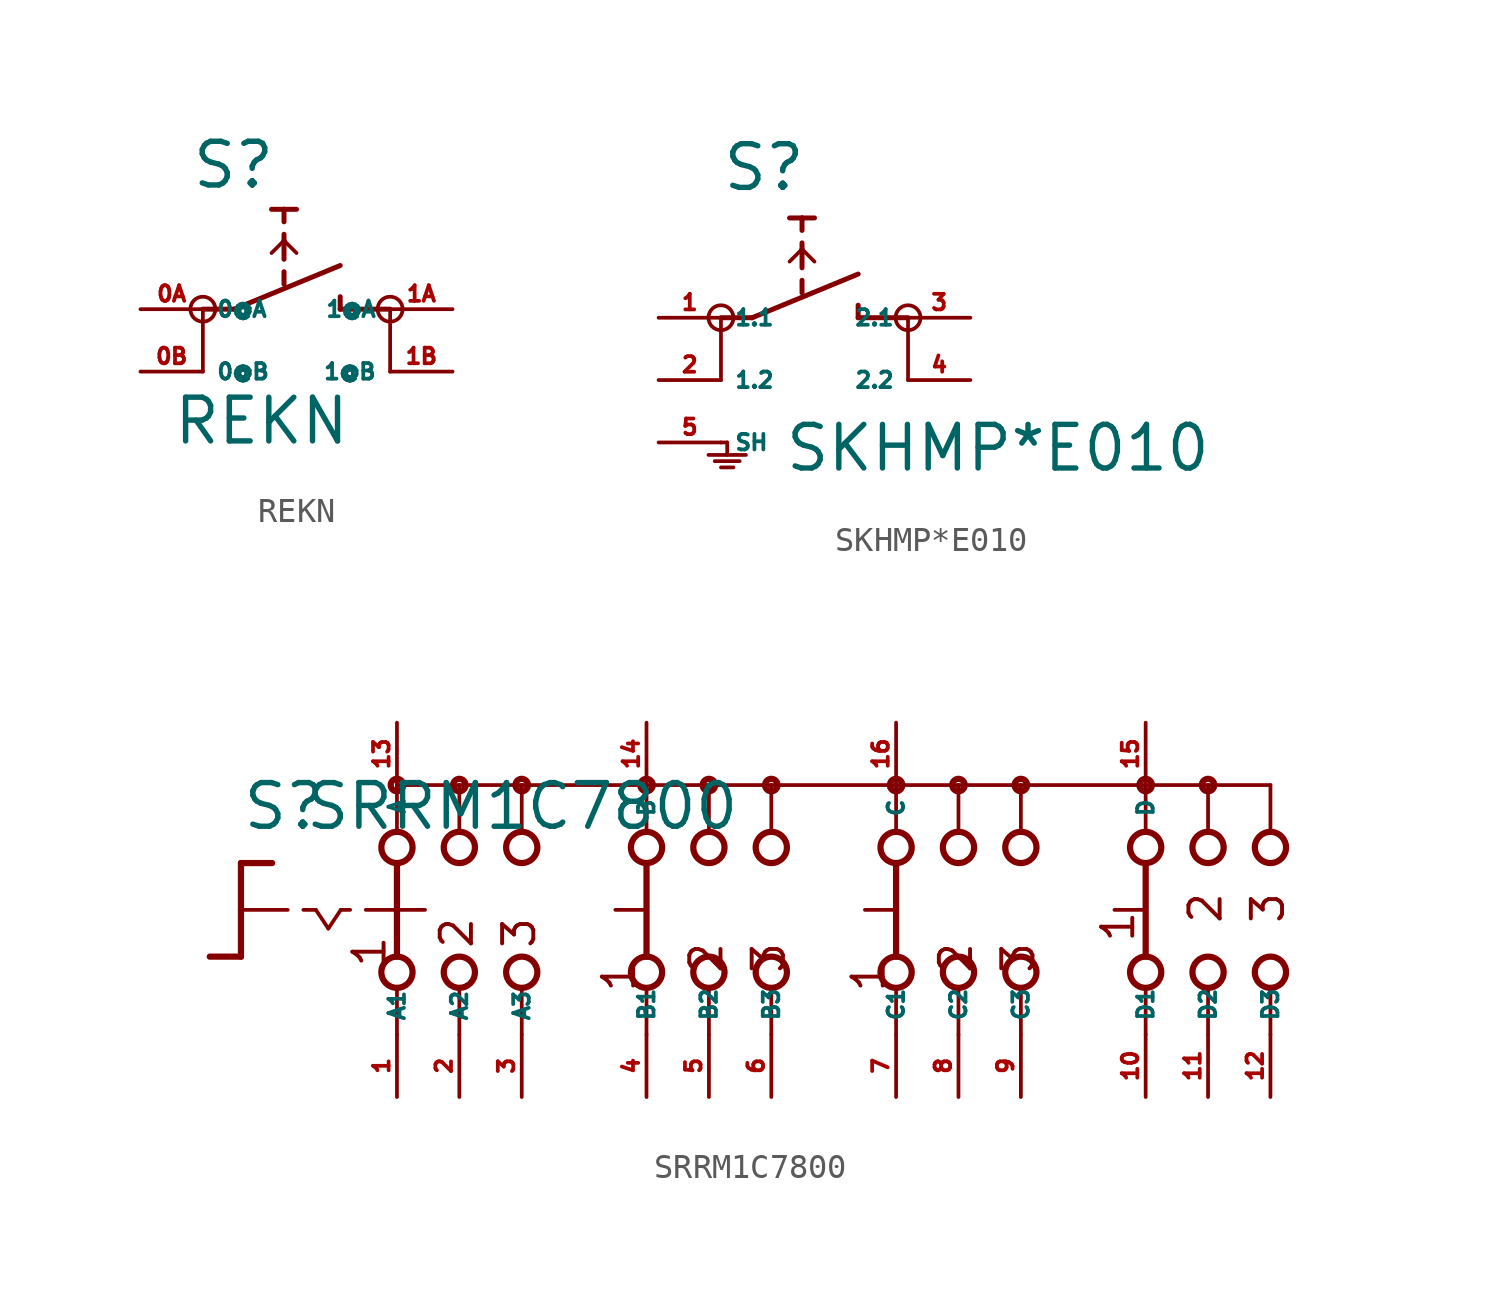
<source format=kicad_sym>
(kicad_symbol_lib
  (version 20220914)
  (generator Eagle2Kicad)
  (symbol "REKN"
    (property "Reference" "S"
      (at -3.048 4.826 0)
      (effects (font (size 1.778 1.778) (thickness 0.22)) (justify left bottom)))
    (property "Value" "REKN"
      (at -3.81 -5.588 0)
      (effects (font (size 1.778 1.778) (thickness 0.22)) (justify left bottom)))
    (polyline
      (pts (xy -2.54 0) (xy -2.54 -2.54))
      (stroke (width 0.152) (type default))
      (fill (type none)))
    (polyline
      (pts (xy 5.08 0) (xy 5.08 -2.54))
      (stroke (width 0.152) (type default))
      (fill (type none)))
    (polyline
      (pts (xy -1.27 0) (xy 3.048 1.778))
      (stroke (width 0.203) (type default))
      (fill (type none)))
    (polyline
      (pts (xy 3.048 0.508) (xy 3.048 0))
      (stroke (width 0.203) (type default))
      (fill (type none)))
    (polyline
      (pts (xy 0.762 1.016) (xy 0.762 1.524))
      (stroke (width 0.203) (type default))
      (fill (type none)))
    (polyline
      (pts (xy 0.762 2.032) (xy 0.762 2.794))
      (stroke (width 0.203) (type default))
      (fill (type none)))
    (polyline
      (pts (xy 0.762 2.794) (xy 0.762 3.048))
      (stroke (width 0.203) (type default))
      (fill (type none)))
    (polyline
      (pts (xy 0.762 3.556) (xy 0.762 4.064))
      (stroke (width 0.203) (type default))
      (fill (type none)))
    (polyline
      (pts (xy 1.27 4.064) (xy 0.762 4.064))
      (stroke (width 0.203) (type default))
      (fill (type none)))
    (polyline
      (pts (xy 0.762 4.064) (xy 0.254 4.064))
      (stroke (width 0.203) (type default))
      (fill (type none)))
    (polyline
      (pts (xy 0.254 2.286) (xy 0.762 2.794))
      (stroke (width 0.152) (type default))
      (fill (type none)))
    (polyline
      (pts (xy 0.762 2.794) (xy 1.27 2.286))
      (stroke (width 0.152) (type default))
      (fill (type none)))
    (polyline
      (pts (xy -2.54 0) (xy -1.27 0))
      (stroke (width 0.203) (type default))
      (fill (type none)))
    (polyline
      (pts (xy 3.048 0) (xy 5.08 0))
      (stroke (width 0.203) (type default))
      (fill (type none)))
    (circle
      (center -2.54 0)
      (radius 0.508)
      (stroke (width 0) (type default))
      (fill (type none)))
    (circle
      (center 5.08 0)
      (radius 0.508)
      (stroke (width 0) (type default))
      (fill (type none)))
    (pin passive line
      (at -5.08 0 0)
      (length 2.54)
      (name "0@A" (effects (font (size 0.635 0.635) (thickness 0.08)) (justify left bottom)))
      (number "0A" (effects (font (size 0.635 0.635) (thickness 0.08)) (justify left bottom))))
    (pin passive line
      (at -5.08 -2.54 0)
      (length 2.54)
      (name "0@B" (effects (font (size 0.635 0.635) (thickness 0.08)) (justify left bottom)))
      (number "0B" (effects (font (size 0.635 0.635) (thickness 0.08)) (justify left bottom))))
    (pin passive line
      (at 7.62 -2.54 180)
      (length 2.54)
      (name "1@B" (effects (font (size 0.635 0.635) (thickness 0.08)) (justify left bottom)))
      (number "1B" (effects (font (size 0.635 0.635) (thickness 0.08)) (justify left bottom))))
    (pin passive line
      (at 7.62 0 180)
      (length 2.54)
      (name "1@A" (effects (font (size 0.635 0.635) (thickness 0.08)) (justify left bottom)))
      (number "1A" (effects (font (size 0.635 0.635) (thickness 0.08)) (justify left bottom)))))
  (symbol "SKHMP*E010"
    (property "Reference" "S"
      (at -2.54 5.08 0)
      (effects (font (size 1.778 1.778) (thickness 0.22)) (justify left bottom)))
    (property "Value" "SKHMP*E010"
      (at 0 -6.35 0)
      (effects (font (size 1.778 1.778) (thickness 0.22)) (justify left bottom)))
    (polyline
      (pts (xy -2.54 0) (xy -2.54 -2.54))
      (stroke (width 0.152) (type default))
      (fill (type none)))
    (polyline
      (pts (xy 5.08 0) (xy 5.08 -2.54))
      (stroke (width 0.152) (type default))
      (fill (type none)))
    (polyline
      (pts (xy -1.27 0) (xy 3.048 1.778))
      (stroke (width 0.203) (type default))
      (fill (type none)))
    (polyline
      (pts (xy 3.048 0.508) (xy 3.048 0))
      (stroke (width 0.203) (type default))
      (fill (type none)))
    (polyline
      (pts (xy 0.762 1.016) (xy 0.762 1.524))
      (stroke (width 0.203) (type default))
      (fill (type none)))
    (polyline
      (pts (xy 0.762 2.032) (xy 0.762 2.794))
      (stroke (width 0.203) (type default))
      (fill (type none)))
    (polyline
      (pts (xy 0.762 2.794) (xy 0.762 3.048))
      (stroke (width 0.203) (type default))
      (fill (type none)))
    (polyline
      (pts (xy 0.762 3.556) (xy 0.762 4.064))
      (stroke (width 0.203) (type default))
      (fill (type none)))
    (polyline
      (pts (xy 1.27 4.064) (xy 0.762 4.064))
      (stroke (width 0.203) (type default))
      (fill (type none)))
    (polyline
      (pts (xy 0.762 4.064) (xy 0.254 4.064))
      (stroke (width 0.203) (type default))
      (fill (type none)))
    (polyline
      (pts (xy 0.254 2.286) (xy 0.762 2.794))
      (stroke (width 0.152) (type default))
      (fill (type none)))
    (polyline
      (pts (xy 0.762 2.794) (xy 1.27 2.286))
      (stroke (width 0.152) (type default))
      (fill (type none)))
    (polyline
      (pts (xy -2.54 0) (xy -1.27 0))
      (stroke (width 0.203) (type default))
      (fill (type none)))
    (polyline
      (pts (xy 3.048 0) (xy 5.08 0))
      (stroke (width 0.203) (type default))
      (fill (type none)))
    (polyline
      (pts (xy -2.54 -5.08) (xy -2.286 -5.08))
      (stroke (width 0.152) (type default))
      (fill (type none)))
    (polyline
      (pts (xy -2.286 -5.08) (xy -2.286 -5.588))
      (stroke (width 0.152) (type default))
      (fill (type none)))
    (polyline
      (pts (xy -3.048 -5.588) (xy -1.524 -5.588))
      (stroke (width 0.152) (type default))
      (fill (type none)))
    (polyline
      (pts (xy -2.794 -5.842) (xy -1.778 -5.842))
      (stroke (width 0.152) (type default))
      (fill (type none)))
    (polyline
      (pts (xy -2.54 -6.096) (xy -2.032 -6.096))
      (stroke (width 0.152) (type default))
      (fill (type none)))
    (circle
      (center -2.54 0)
      (radius 0.508)
      (stroke (width 0) (type default))
      (fill (type none)))
    (circle
      (center 5.08 0)
      (radius 0.508)
      (stroke (width 0) (type default))
      (fill (type none)))
    (pin passive line
      (at -5.08 0 0)
      (length 2.54)
      (name "1.1" (effects (font (size 0.635 0.635) (thickness 0.08)) (justify left bottom)))
      (number "1" (effects (font (size 0.635 0.635) (thickness 0.08)) (justify left bottom))))
    (pin passive line
      (at -5.08 -2.54 0)
      (length 2.54)
      (name "1.2" (effects (font (size 0.635 0.635) (thickness 0.08)) (justify left bottom)))
      (number "2" (effects (font (size 0.635 0.635) (thickness 0.08)) (justify left bottom))))
    (pin passive line
      (at 7.62 -2.54 180)
      (length 2.54)
      (name "2.2" (effects (font (size 0.635 0.635) (thickness 0.08)) (justify left bottom)))
      (number "4" (effects (font (size 0.635 0.635) (thickness 0.08)) (justify left bottom))))
    (pin passive line
      (at 7.62 0 180)
      (length 2.54)
      (name "2.1" (effects (font (size 0.635 0.635) (thickness 0.08)) (justify left bottom)))
      (number "3" (effects (font (size 0.635 0.635) (thickness 0.08)) (justify left bottom))))
    (pin passive line
      (at -5.08 -5.08 0)
      (length 2.54)
      (name "SH" (effects (font (size 0.635 0.635) (thickness 0.08)) (justify left bottom)))
      (number "5" (effects (font (size 0.635 0.635) (thickness 0.08)) (justify left bottom)))))
  (symbol "SRRM1C7800"
    (property "Reference" "S"
      (at -19.05 3.175 0)
      (effects (font (size 1.778 1.778) (thickness 0.22)) (justify left bottom)))
    (property "Value" "SRRM1C7800"
      (at -16.51 3.175 0)
      (effects (font (size 1.778 1.778) (thickness 0.22)) (justify left bottom)))
    (polyline
      (pts (xy -19.05 1.905) (xy -17.78 1.905))
      (stroke (width 0.254) (type default))
      (fill (type none)))
    (polyline
      (pts (xy -19.05 1.905) (xy -19.05 0))
      (stroke (width 0.254) (type default))
      (fill (type none)))
    (polyline
      (pts (xy -19.05 -1.905) (xy -20.32 -1.905))
      (stroke (width 0.254) (type default))
      (fill (type none)))
    (polyline
      (pts (xy -19.05 0) (xy -17.145 0))
      (stroke (width 0.152) (type default))
      (fill (type none)))
    (polyline
      (pts (xy -19.05 0) (xy -19.05 -1.905))
      (stroke (width 0.254) (type default))
      (fill (type none)))
    (polyline
      (pts (xy -16.51 0) (xy -16.002 0))
      (stroke (width 0.152) (type default))
      (fill (type none)))
    (polyline
      (pts (xy -14.986 0) (xy -14.605 0))
      (stroke (width 0.152) (type default))
      (fill (type none)))
    (polyline
      (pts (xy -16.002 0) (xy -15.494 -0.762))
      (stroke (width 0.152) (type default))
      (fill (type none)))
    (polyline
      (pts (xy -15.494 -0.762) (xy -14.986 0))
      (stroke (width 0.152) (type default))
      (fill (type none)))
    (polyline
      (pts (xy 7.62 3.175) (xy 7.62 5.08))
      (stroke (width 0.152) (type default))
      (fill (type none)))
    (polyline
      (pts (xy 7.62 -5.08) (xy 7.62 -3.175))
      (stroke (width 0.152) (type default))
      (fill (type none)))
    (polyline
      (pts (xy 10.16 3.175) (xy 10.16 5.08))
      (stroke (width 0.152) (type default))
      (fill (type none)))
    (polyline
      (pts (xy 12.7 3.175) (xy 12.7 5.08))
      (stroke (width 0.152) (type default))
      (fill (type none)))
    (polyline
      (pts (xy 17.78 3.175) (xy 17.78 5.08))
      (stroke (width 0.152) (type default))
      (fill (type none)))
    (polyline
      (pts (xy 20.32 3.175) (xy 20.32 5.08))
      (stroke (width 0.152) (type default))
      (fill (type none)))
    (polyline
      (pts (xy 22.86 3.175) (xy 22.86 5.08))
      (stroke (width 0.152) (type default))
      (fill (type none)))
    (polyline
      (pts (xy 7.62 5.08) (xy 10.16 5.08))
      (stroke (width 0.152) (type default))
      (fill (type none)))
    (polyline
      (pts (xy 10.16 5.08) (xy 12.7 5.08))
      (stroke (width 0.152) (type default))
      (fill (type none)))
    (polyline
      (pts (xy 17.78 5.08) (xy 20.32 5.08))
      (stroke (width 0.152) (type default))
      (fill (type none)))
    (polyline
      (pts (xy 20.32 5.08) (xy 22.86 5.08))
      (stroke (width 0.152) (type default))
      (fill (type none)))
    (polyline
      (pts (xy 10.16 -5.08) (xy 10.16 -3.175))
      (stroke (width 0.152) (type default))
      (fill (type none)))
    (polyline
      (pts (xy 12.7 -5.08) (xy 12.7 -3.175))
      (stroke (width 0.152) (type default))
      (fill (type none)))
    (polyline
      (pts (xy 17.78 -5.08) (xy 17.78 -3.175))
      (stroke (width 0.152) (type default))
      (fill (type none)))
    (polyline
      (pts (xy 20.32 -5.08) (xy 20.32 -3.175))
      (stroke (width 0.152) (type default))
      (fill (type none)))
    (polyline
      (pts (xy 22.86 -5.08) (xy 22.86 -3.175))
      (stroke (width 0.152) (type default))
      (fill (type none)))
    (polyline
      (pts (xy 7.62 1.905) (xy 7.62 -1.905))
      (stroke (width 0.254) (type default))
      (fill (type none)))
    (polyline
      (pts (xy 6.35 0) (xy 7.493 0))
      (stroke (width 0.152) (type default))
      (fill (type none)))
    (polyline
      (pts (xy 17.78 1.905) (xy 17.78 -1.905))
      (stroke (width 0.254) (type default))
      (fill (type none)))
    (polyline
      (pts (xy 16.51 0) (xy 17.653 0))
      (stroke (width 0.152) (type default))
      (fill (type none)))
    (polyline
      (pts (xy -13.97 0) (xy -12.827 0))
      (stroke (width 0.152) (type default))
      (fill (type none)))
    (polyline
      (pts (xy -10.16 3.175) (xy -10.16 5.08))
      (stroke (width 0.152) (type default))
      (fill (type none)))
    (polyline
      (pts (xy -7.62 3.175) (xy -7.62 5.08))
      (stroke (width 0.152) (type default))
      (fill (type none)))
    (polyline
      (pts (xy -10.16 -5.08) (xy -10.16 -3.175))
      (stroke (width 0.152) (type default))
      (fill (type none)))
    (polyline
      (pts (xy -7.62 -5.08) (xy -7.62 -3.175))
      (stroke (width 0.152) (type default))
      (fill (type none)))
    (polyline
      (pts (xy -7.62 5.08) (xy -10.16 5.08))
      (stroke (width 0.152) (type default))
      (fill (type none)))
    (polyline
      (pts (xy -2.54 -5.08) (xy -2.54 -3.175))
      (stroke (width 0.152) (type default))
      (fill (type none)))
    (polyline
      (pts (xy 0 -5.08) (xy 0 -3.175))
      (stroke (width 0.152) (type default))
      (fill (type none)))
    (polyline
      (pts (xy -2.54 3.175) (xy -2.54 5.08))
      (stroke (width 0.152) (type default))
      (fill (type none)))
    (polyline
      (pts (xy 0 3.175) (xy 0 5.08))
      (stroke (width 0.152) (type default))
      (fill (type none)))
    (polyline
      (pts (xy -2.54 5.08) (xy 0 5.08))
      (stroke (width 0.152) (type default))
      (fill (type none)))
    (polyline
      (pts (xy -12.7 5.08) (xy -12.7 3.175))
      (stroke (width 0.152) (type default))
      (fill (type none)))
    (polyline
      (pts (xy -12.7 1.905) (xy -12.7 0))
      (stroke (width 0.254) (type default))
      (fill (type none)))
    (polyline
      (pts (xy -12.7 -3.175) (xy -12.7 -5.08))
      (stroke (width 0.152) (type default))
      (fill (type none)))
    (polyline
      (pts (xy -10.16 5.08) (xy -12.7 5.08))
      (stroke (width 0.152) (type default))
      (fill (type none)))
    (polyline
      (pts (xy 2.54 3.175) (xy 2.54 5.08))
      (stroke (width 0.152) (type default))
      (fill (type none)))
    (polyline
      (pts (xy 2.54 -5.08) (xy 2.54 -3.175))
      (stroke (width 0.152) (type default))
      (fill (type none)))
    (polyline
      (pts (xy -12.7 0) (xy -11.557 0))
      (stroke (width 0.152) (type default))
      (fill (type none)))
    (polyline
      (pts (xy -12.7 0) (xy -12.7 -1.905))
      (stroke (width 0.254) (type default))
      (fill (type none)))
    (polyline
      (pts (xy -3.81 0) (xy -2.667 0))
      (stroke (width 0.152) (type default))
      (fill (type none)))
    (polyline
      (pts (xy -2.54 1.905) (xy -2.54 -1.905))
      (stroke (width 0.254) (type default))
      (fill (type none)))
    (polyline
      (pts (xy 0 5.08) (xy 2.54 5.08))
      (stroke (width 0.152) (type default))
      (fill (type none)))
    (polyline
      (pts (xy -2.54 5.08) (xy -7.62 5.08))
      (stroke (width 0.152) (type default))
      (fill (type none)))
    (polyline
      (pts (xy 7.62 5.08) (xy 2.54 5.08))
      (stroke (width 0.152) (type default))
      (fill (type none)))
    (polyline
      (pts (xy 17.78 5.08) (xy 12.7 5.08))
      (stroke (width 0.152) (type default))
      (fill (type none)))
    (text "1"
      (at 17.399 -1.397 900)
      (effects (font (size 1.27 1.27) (thickness 0.16)) (justify left bottom)))
    (text "2"
      (at 20.955 -0.635 900)
      (effects (font (size 1.27 1.27) (thickness 0.16)) (justify left bottom)))
    (text "3"
      (at 23.495 -0.635 900)
      (effects (font (size 1.27 1.27) (thickness 0.16)) (justify left bottom)))
    (text "1 "
      (at -13.081 -2.413 900)
      (effects (font (size 1.27 1.27) (thickness 0.16)) (justify left bottom)))
    (text "2 "
      (at -9.525 -1.651 900)
      (effects (font (size 1.27 1.27) (thickness 0.16)) (justify left bottom)))
    (text "3 "
      (at -6.985 -1.651 900)
      (effects (font (size 1.27 1.27) (thickness 0.16)) (justify left bottom)))
    (text "1   "
      (at 7.239 -3.429 900)
      (effects (font (size 1.27 1.27) (thickness 0.16)) (justify left bottom)))
    (text "2   "
      (at 10.795 -2.667 900)
      (effects (font (size 1.27 1.27) (thickness 0.16)) (justify left bottom)))
    (text "3   "
      (at 13.335 -2.667 900)
      (effects (font (size 1.27 1.27) (thickness 0.16)) (justify left bottom)))
    (text "1   "
      (at -2.921 -3.429 900)
      (effects (font (size 1.27 1.27) (thickness 0.16)) (justify left bottom)))
    (text "2   "
      (at 0.635 -2.667 900)
      (effects (font (size 1.27 1.27) (thickness 0.16)) (justify left bottom)))
    (text "3   "
      (at 3.175 -2.667 900)
      (effects (font (size 1.27 1.27) (thickness 0.16)) (justify left bottom)))
    (circle
      (center 7.62 5.08)
      (radius 0.254)
      (stroke (width 0.254) (type default))
      (fill (type none)))
    (circle
      (center 7.62 2.54)
      (radius 0.635)
      (stroke (width 0.254) (type default))
      (fill (type none)))
    (circle
      (center 7.62 -2.54)
      (radius 0.635)
      (stroke (width 0.254) (type default))
      (fill (type none)))
    (circle
      (center 10.16 2.54)
      (radius 0.635)
      (stroke (width 0.254) (type default))
      (fill (type none)))
    (circle
      (center 12.7 2.54)
      (radius 0.635)
      (stroke (width 0.254) (type default))
      (fill (type none)))
    (circle
      (center 17.78 2.54)
      (radius 0.635)
      (stroke (width 0.254) (type default))
      (fill (type none)))
    (circle
      (center 20.32 2.54)
      (radius 0.635)
      (stroke (width 0.254) (type default))
      (fill (type none)))
    (circle
      (center 22.86 2.54)
      (radius 0.635)
      (stroke (width 0.254) (type default))
      (fill (type none)))
    (circle
      (center 10.16 5.08)
      (radius 0.254)
      (stroke (width 0.254) (type default))
      (fill (type none)))
    (circle
      (center 17.78 5.08)
      (radius 0.254)
      (stroke (width 0.254) (type default))
      (fill (type none)))
    (circle
      (center 20.32 5.08)
      (radius 0.254)
      (stroke (width 0.254) (type default))
      (fill (type none)))
    (circle
      (center 10.16 -2.54)
      (radius 0.635)
      (stroke (width 0.254) (type default))
      (fill (type none)))
    (circle
      (center 12.7 -2.54)
      (radius 0.635)
      (stroke (width 0.254) (type default))
      (fill (type none)))
    (circle
      (center 17.78 -2.54)
      (radius 0.635)
      (stroke (width 0.254) (type default))
      (fill (type none)))
    (circle
      (center 20.32 -2.54)
      (radius 0.635)
      (stroke (width 0.254) (type default))
      (fill (type none)))
    (circle
      (center 22.86 -2.54)
      (radius 0.635)
      (stroke (width 0.254) (type default))
      (fill (type none)))
    (circle
      (center -12.7 5.08)
      (radius 0.254)
      (stroke (width 0.254) (type default))
      (fill (type none)))
    (circle
      (center -10.16 5.08)
      (radius 0.254)
      (stroke (width 0.254) (type default))
      (fill (type none)))
    (circle
      (center -12.7 2.54)
      (radius 0.635)
      (stroke (width 0.254) (type default))
      (fill (type none)))
    (circle
      (center -10.16 2.54)
      (radius 0.635)
      (stroke (width 0.254) (type default))
      (fill (type none)))
    (circle
      (center -7.62 2.54)
      (radius 0.635)
      (stroke (width 0.254) (type default))
      (fill (type none)))
    (circle
      (center -12.7 -2.54)
      (radius 0.635)
      (stroke (width 0.254) (type default))
      (fill (type none)))
    (circle
      (center -10.16 -2.54)
      (radius 0.635)
      (stroke (width 0.254) (type default))
      (fill (type none)))
    (circle
      (center -7.62 -2.54)
      (radius 0.635)
      (stroke (width 0.254) (type default))
      (fill (type none)))
    (circle
      (center -2.54 5.08)
      (radius 0.254)
      (stroke (width 0.254) (type default))
      (fill (type none)))
    (circle
      (center -2.54 2.54)
      (radius 0.635)
      (stroke (width 0.254) (type default))
      (fill (type none)))
    (circle
      (center -2.54 -2.54)
      (radius 0.635)
      (stroke (width 0.254) (type default))
      (fill (type none)))
    (circle
      (center 0 2.54)
      (radius 0.635)
      (stroke (width 0.254) (type default))
      (fill (type none)))
    (circle
      (center 0 -2.54)
      (radius 0.635)
      (stroke (width 0.254) (type default))
      (fill (type none)))
    (circle
      (center 2.54 2.54)
      (radius 0.635)
      (stroke (width 0.254) (type default))
      (fill (type none)))
    (circle
      (center 2.54 -2.54)
      (radius 0.635)
      (stroke (width 0.254) (type default))
      (fill (type none)))
    (circle
      (center 0 5.08)
      (radius 0.254)
      (stroke (width 0.254) (type default))
      (fill (type none)))
    (circle
      (center -7.62 5.08)
      (radius 0.254)
      (stroke (width 0.254) (type default))
      (fill (type none)))
    (circle
      (center 2.54 5.08)
      (radius 0.254)
      (stroke (width 0.254) (type default))
      (fill (type none)))
    (circle
      (center 12.7 5.08)
      (radius 0.254)
      (stroke (width 0.254) (type default))
      (fill (type none)))
    (pin passive line
      (at -12.7 -7.62 90)
      (length 2.54)
      (name "A1" (effects (font (size 0.635 0.635) (thickness 0.08)) (justify left bottom)))
      (number "1" (effects (font (size 0.635 0.635) (thickness 0.08)) (justify left bottom))))
    (pin passive line
      (at -12.7 7.62 270)
      (length 2.54)
      (name "A" (effects (font (size 0.635 0.635) (thickness 0.08)) (justify left bottom)))
      (number "13" (effects (font (size 0.635 0.635) (thickness 0.08)) (justify left bottom))))
    (pin passive line
      (at -10.16 -7.62 90)
      (length 2.54)
      (name "A2" (effects (font (size 0.635 0.635) (thickness 0.08)) (justify left bottom)))
      (number "2" (effects (font (size 0.635 0.635) (thickness 0.08)) (justify left bottom))))
    (pin passive line
      (at -7.62 -7.62 90)
      (length 2.54)
      (name "A3" (effects (font (size 0.635 0.635) (thickness 0.08)) (justify left bottom)))
      (number "3" (effects (font (size 0.635 0.635) (thickness 0.08)) (justify left bottom))))
    (pin passive line
      (at -2.54 -7.62 90)
      (length 2.54)
      (name "B1" (effects (font (size 0.635 0.635) (thickness 0.08)) (justify left bottom)))
      (number "4" (effects (font (size 0.635 0.635) (thickness 0.08)) (justify left bottom))))
    (pin passive line
      (at 0 -7.62 90)
      (length 2.54)
      (name "B2" (effects (font (size 0.635 0.635) (thickness 0.08)) (justify left bottom)))
      (number "5" (effects (font (size 0.635 0.635) (thickness 0.08)) (justify left bottom))))
    (pin passive line
      (at 2.54 -7.62 90)
      (length 2.54)
      (name "B3" (effects (font (size 0.635 0.635) (thickness 0.08)) (justify left bottom)))
      (number "6" (effects (font (size 0.635 0.635) (thickness 0.08)) (justify left bottom))))
    (pin passive line
      (at 7.62 -7.62 90)
      (length 2.54)
      (name "C1" (effects (font (size 0.635 0.635) (thickness 0.08)) (justify left bottom)))
      (number "7" (effects (font (size 0.635 0.635) (thickness 0.08)) (justify left bottom))))
    (pin passive line
      (at 10.16 -7.62 90)
      (length 2.54)
      (name "C2" (effects (font (size 0.635 0.635) (thickness 0.08)) (justify left bottom)))
      (number "8" (effects (font (size 0.635 0.635) (thickness 0.08)) (justify left bottom))))
    (pin passive line
      (at 12.7 -7.62 90)
      (length 2.54)
      (name "C3" (effects (font (size 0.635 0.635) (thickness 0.08)) (justify left bottom)))
      (number "9" (effects (font (size 0.635 0.635) (thickness 0.08)) (justify left bottom))))
    (pin passive line
      (at 17.78 -7.62 90)
      (length 2.54)
      (name "D1" (effects (font (size 0.635 0.635) (thickness 0.08)) (justify left bottom)))
      (number "10" (effects (font (size 0.635 0.635) (thickness 0.08)) (justify left bottom))))
    (pin passive line
      (at 20.32 -7.62 90)
      (length 2.54)
      (name "D2" (effects (font (size 0.635 0.635) (thickness 0.08)) (justify left bottom)))
      (number "11" (effects (font (size 0.635 0.635) (thickness 0.08)) (justify left bottom))))
    (pin passive line
      (at 22.86 -7.62 90)
      (length 2.54)
      (name "D3" (effects (font (size 0.635 0.635) (thickness 0.08)) (justify left bottom)))
      (number "12" (effects (font (size 0.635 0.635) (thickness 0.08)) (justify left bottom))))
    (pin passive line
      (at 7.62 7.62 270)
      (length 2.54)
      (name "C" (effects (font (size 0.635 0.635) (thickness 0.08)) (justify left bottom)))
      (number "16" (effects (font (size 0.635 0.635) (thickness 0.08)) (justify left bottom))))
    (pin passive line
      (at 17.78 7.62 270)
      (length 2.54)
      (name "D" (effects (font (size 0.635 0.635) (thickness 0.08)) (justify left bottom)))
      (number "15" (effects (font (size 0.635 0.635) (thickness 0.08)) (justify left bottom))))
    (pin passive line
      (at -2.54 7.62 270)
      (length 2.54)
      (name "B" (effects (font (size 0.635 0.635) (thickness 0.08)) (justify left bottom)))
      (number "14" (effects (font (size 0.635 0.635) (thickness 0.08)) (justify left bottom))))))
</source>
